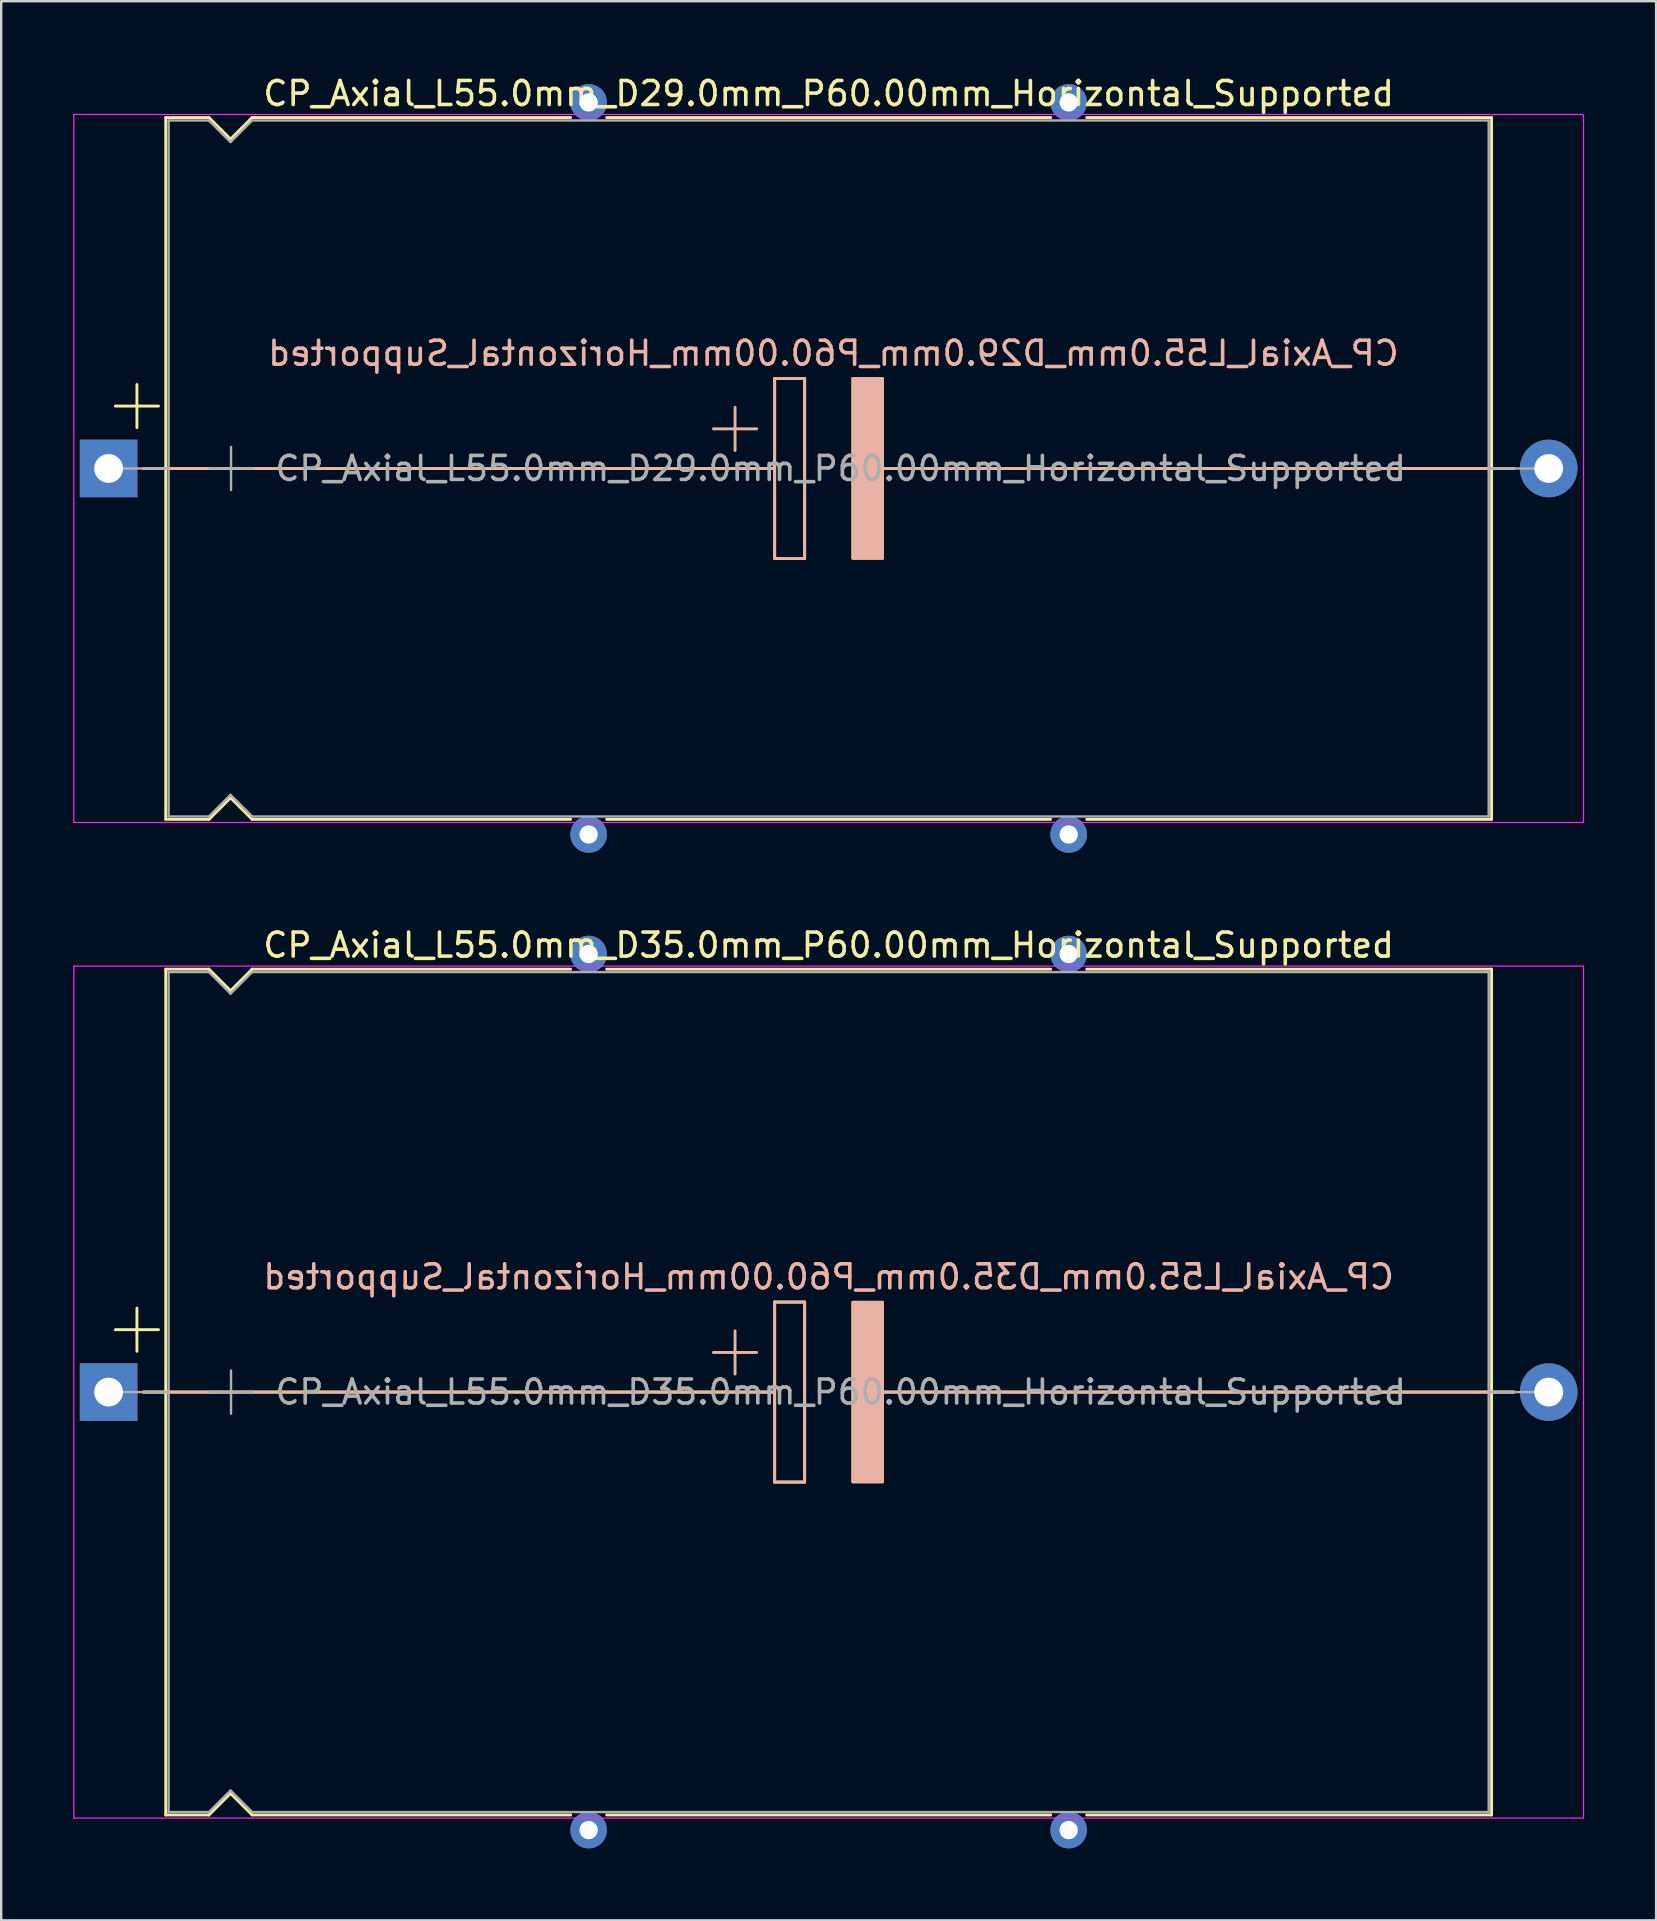
<source format=kicad_pcb>
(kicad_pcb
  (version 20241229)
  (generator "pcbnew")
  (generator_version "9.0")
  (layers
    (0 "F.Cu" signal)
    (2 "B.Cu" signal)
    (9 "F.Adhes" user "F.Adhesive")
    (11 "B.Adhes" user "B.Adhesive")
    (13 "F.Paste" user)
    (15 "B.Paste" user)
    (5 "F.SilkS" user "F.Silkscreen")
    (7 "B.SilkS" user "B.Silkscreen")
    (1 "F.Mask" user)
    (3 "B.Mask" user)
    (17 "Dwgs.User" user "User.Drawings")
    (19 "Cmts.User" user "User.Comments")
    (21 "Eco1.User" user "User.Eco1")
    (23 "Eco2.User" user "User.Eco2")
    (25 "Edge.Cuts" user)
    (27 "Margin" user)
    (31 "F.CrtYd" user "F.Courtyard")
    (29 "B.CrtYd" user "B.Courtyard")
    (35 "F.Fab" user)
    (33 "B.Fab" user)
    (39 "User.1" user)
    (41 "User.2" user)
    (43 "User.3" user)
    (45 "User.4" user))
  (footprint "CP_Axial_L55.0mm_D29.0mm_P60.00mm_Horizontal_Supported"
    (layer "F.Cu")
    (at 1.475 16.468)
    (property "Reference" "CP_Axial_L55.0mm_D29.0mm_P60.00mm_Horizontal_Supported" (at 30 -15.62 0) (layer "F.SilkS") (effects (font (size 1 1) (thickness 0.15))))
    (fp_line (start 0.28 -2.6) (end 2.08 -2.6) (stroke (width 0.12) (type solid)) (layer "F.SilkS"))
    (fp_line (start 1.18 -3.5) (end 1.18 -1.7) (stroke (width 0.12) (type solid)) (layer "F.SilkS"))
    (fp_line (start 1.44 0) (end 2.38 0) (stroke (width 0.12) (type solid)) (layer "F.SilkS"))
    (fp_line (start 2.38 -14.62) (end 2.38 14.62) (stroke (width 0.12) (type solid)) (layer "F.SilkS"))
    (fp_line (start 2.38 -14.62) (end 4.18 -14.62) (stroke (width 0.12) (type solid)) (layer "F.SilkS"))
    (fp_line (start 2.38 0) (end 27.75 0) (stroke (width 0.12) (type solid)) (layer "F.SilkS"))
    (fp_line (start 2.38 14.62) (end 4.18 14.62) (stroke (width 0.12) (type solid)) (layer "F.SilkS"))
    (fp_line (start 4.18 -14.62) (end 5.08 -13.72) (stroke (width 0.12) (type solid)) (layer "F.SilkS"))
    (fp_line (start 4.18 14.62) (end 5.08 13.72) (stroke (width 0.12) (type solid)) (layer "F.SilkS"))
    (fp_line (start 5.08 -13.72) (end 5.98 -14.62) (stroke (width 0.12) (type solid)) (layer "F.SilkS"))
    (fp_line (start 5.08 13.72) (end 5.98 14.62) (stroke (width 0.12) (type solid)) (layer "F.SilkS"))
    (fp_line (start 5.98 -14.62) (end 19.25 -14.62) (stroke (width 0.12) (type solid)) (layer "F.SilkS"))
    (fp_line (start 5.98 14.62) (end 19.25 14.62) (stroke (width 0.12) (type solid)) (layer "F.SilkS"))
    (fp_line (start 20.75 -14.62) (end 39.25 -14.62) (stroke (width 0.12) (type solid)) (layer "F.SilkS"))
    (fp_line (start 20.75 14.62) (end 39.25 14.62) (stroke (width 0.12) (type solid)) (layer "F.SilkS"))
    (fp_line (start 27.75 -3.75) (end 29 -3.75) (stroke (width 0.12) (type solid)) (layer "F.SilkS"))
    (fp_line (start 27.75 0) (end 27.75 -3.75) (stroke (width 0.12) (type solid)) (layer "F.SilkS"))
    (fp_line (start 27.75 3.75) (end 27.75 0) (stroke (width 0.12) (type solid)) (layer "F.SilkS"))
    (fp_line (start 29 -3.75) (end 29 3.75) (stroke (width 0.12) (type solid)) (layer "F.SilkS"))
    (fp_line (start 29 3.75) (end 27.75 3.75) (stroke (width 0.12) (type solid)) (layer "F.SilkS"))
    (fp_line (start 31.75 0) (end 57.62 0) (stroke (width 0.12) (type solid)) (layer "F.SilkS"))
    (fp_line (start 40.75 -14.62) (end 57.62 -14.62) (stroke (width 0.12) (type solid)) (layer "F.SilkS"))
    (fp_line (start 40.75 14.62) (end 57.62 14.62) (stroke (width 0.12) (type solid)) (layer "F.SilkS"))
    (fp_line (start 57.62 -14.62) (end 57.62 14.62) (stroke (width 0.12) (type solid)) (layer "F.SilkS"))
    (fp_line (start 58.56 0) (end 57.62 0) (stroke (width 0.12) (type solid)) (layer "F.SilkS"))
    (fp_poly (pts (xy 32.25 3.75) (xy 31 3.75) (xy 31 -3.75) (xy 32.25 -3.75)) (stroke (width 0.1) (type solid)) (fill yes) (layer "F.SilkS"))
    (fp_line (start 1.45 0) (end 20.88 0) (stroke (width 0.12) (type solid)) (layer "B.SilkS"))
    (fp_line (start 20.88 0) (end 27.75 0) (stroke (width 0.12) (type solid)) (layer "B.SilkS"))
    (fp_line (start 26.1 -2.55) (end 26.1 -0.75) (stroke (width 0.12) (type solid)) (layer "B.SilkS"))
    (fp_line (start 27 -1.65) (end 25.2 -1.65) (stroke (width 0.12) (type solid)) (layer "B.SilkS"))
    (fp_line (start 27.75 -3.75) (end 29 -3.75) (stroke (width 0.12) (type solid)) (layer "B.SilkS"))
    (fp_line (start 27.75 0) (end 27.75 -3.75) (stroke (width 0.12) (type solid)) (layer "B.SilkS"))
    (fp_line (start 27.75 3.75) (end 27.75 0) (stroke (width 0.12) (type solid)) (layer "B.SilkS"))
    (fp_line (start 29 -3.75) (end 29 3.75) (stroke (width 0.12) (type solid)) (layer "B.SilkS"))
    (fp_line (start 29 3.75) (end 27.75 3.75) (stroke (width 0.12) (type solid)) (layer "B.SilkS"))
    (fp_line (start 32.25 0) (end 39.12 0) (stroke (width 0.12) (type solid)) (layer "B.SilkS"))
    (fp_line (start 58.55 0) (end 39.12 0) (stroke (width 0.12) (type solid)) (layer "B.SilkS"))
    (fp_poly (pts (xy 32.25 3.75) (xy 31 3.75) (xy 31 -3.75) (xy 32.25 -3.75)) (stroke (width 0.1) (type solid)) (fill yes) (layer "B.SilkS"))
    (fp_line (start -1.45 -14.75) (end -1.45 14.75) (stroke (width 0.05) (type solid)) (layer "F.CrtYd"))
    (fp_line (start -1.45 14.75) (end 61.45 14.75) (stroke (width 0.05) (type solid)) (layer "F.CrtYd"))
    (fp_line (start 61.45 -14.75) (end -1.45 -14.75) (stroke (width 0.05) (type solid)) (layer "F.CrtYd"))
    (fp_line (start 61.45 14.75) (end 61.45 -14.75) (stroke (width 0.05) (type solid)) (layer "F.CrtYd"))
    (fp_line (start 0 0) (end 2.5 0) (stroke (width 0.1) (type solid)) (layer "F.Fab"))
    (fp_line (start 2.5 -14.5) (end 2.5 14.5) (stroke (width 0.1) (type solid)) (layer "F.Fab"))
    (fp_line (start 2.5 -14.5) (end 4.18 -14.5) (stroke (width 0.1) (type solid)) (layer "F.Fab"))
    (fp_line (start 2.5 14.5) (end 4.18 14.5) (stroke (width 0.1) (type solid)) (layer "F.Fab"))
    (fp_line (start 4.18 -14.5) (end 5.08 -13.6) (stroke (width 0.1) (type solid)) (layer "F.Fab"))
    (fp_line (start 4.18 14.5) (end 5.08 13.6) (stroke (width 0.1) (type solid)) (layer "F.Fab"))
    (fp_line (start 4.2 0) (end 6 0) (stroke (width 0.1) (type solid)) (layer "F.Fab"))
    (fp_line (start 5.08 -13.6) (end 5.98 -14.5) (stroke (width 0.1) (type solid)) (layer "F.Fab"))
    (fp_line (start 5.08 13.6) (end 5.98 14.5) (stroke (width 0.1) (type solid)) (layer "F.Fab"))
    (fp_line (start 5.1 -0.9) (end 5.1 0.9) (stroke (width 0.1) (type solid)) (layer "F.Fab"))
    (fp_line (start 5.98 -14.5) (end 57.5 -14.5) (stroke (width 0.1) (type solid)) (layer "F.Fab"))
    (fp_line (start 5.98 14.5) (end 57.5 14.5) (stroke (width 0.1) (type solid)) (layer "F.Fab"))
    (fp_line (start 57.5 -14.5) (end 57.5 14.5) (stroke (width 0.1) (type solid)) (layer "F.Fab"))
    (fp_line (start 60 0) (end 57.5 0) (stroke (width 0.1) (type solid)) (layer "F.Fab"))
    (fp_text user "${REFERENCE}" (at 30.2 -4.8 0) (layer "B.SilkS") (effects (font (size 1 1) (thickness 0.15)) (justify mirror)))
    (fp_text user "${REFERENCE}" (at 30.5 0 0) (layer "F.Fab") (effects (font (size 1 1) (thickness 0.15))))
    (pad "1" thru_hole rect (at 0 0) (size 2.4 2.4) (drill 1.2) (layers "*.Cu" "*.Mask"))
    (pad "2" thru_hole oval (at 60 0) (size 2.4 2.4) (drill 1.2) (layers "*.Cu" "*.Mask"))
    (pad "~" thru_hole circle (at 20 -15.25) (size 1.524 1.524) (drill 0.762) (layers "*.Cu" "*.Mask"))
    (pad "~" thru_hole circle (at 20 15.25) (size 1.524 1.524) (drill 0.762) (layers "*.Cu" "*.Mask"))
    (pad "~" thru_hole circle (at 40 -15.25) (size 1.524 1.524) (drill 0.762) (layers "*.Cu" "*.Mask"))
    (pad "~" thru_hole circle (at 40 15.25) (size 1.524 1.524) (drill 0.762) (layers "*.Cu" "*.Mask")))
  (footprint "CP_Axial_L55.0mm_D35.0mm_P60.00mm_Horizontal_Supported"
    (layer "F.Cu")
    (at 1.475 54.949)
    (property "Reference" "CP_Axial_L55.0mm_D35.0mm_P60.00mm_Horizontal_Supported" (at 30 -18.62 0) (layer "F.SilkS") (effects (font (size 1 1) (thickness 0.15))))
    (fp_line (start 0.28 -2.6) (end 2.08 -2.6) (stroke (width 0.12) (type solid)) (layer "F.SilkS"))
    (fp_line (start 1.18 -3.5) (end 1.18 -1.7) (stroke (width 0.12) (type solid)) (layer "F.SilkS"))
    (fp_line (start 1.44 0) (end 2.38 0) (stroke (width 0.12) (type solid)) (layer "F.SilkS"))
    (fp_line (start 2.38 -17.62) (end 2.38 17.62) (stroke (width 0.12) (type solid)) (layer "F.SilkS"))
    (fp_line (start 2.38 -17.62) (end 4.18 -17.62) (stroke (width 0.12) (type solid)) (layer "F.SilkS"))
    (fp_line (start 2.38 0) (end 27.75 0) (stroke (width 0.12) (type solid)) (layer "F.SilkS"))
    (fp_line (start 2.38 17.62) (end 4.18 17.62) (stroke (width 0.12) (type solid)) (layer "F.SilkS"))
    (fp_line (start 4.18 -17.62) (end 5.08 -16.72) (stroke (width 0.12) (type solid)) (layer "F.SilkS"))
    (fp_line (start 4.18 17.62) (end 5.08 16.72) (stroke (width 0.12) (type solid)) (layer "F.SilkS"))
    (fp_line (start 5.08 -16.72) (end 5.98 -17.62) (stroke (width 0.12) (type solid)) (layer "F.SilkS"))
    (fp_line (start 5.08 16.72) (end 5.98 17.62) (stroke (width 0.12) (type solid)) (layer "F.SilkS"))
    (fp_line (start 5.98 -17.62) (end 19.25 -17.62) (stroke (width 0.12) (type solid)) (layer "F.SilkS"))
    (fp_line (start 5.98 17.62) (end 19.25 17.62) (stroke (width 0.12) (type solid)) (layer "F.SilkS"))
    (fp_line (start 20.75 -17.62) (end 39.25 -17.62) (stroke (width 0.12) (type solid)) (layer "F.SilkS"))
    (fp_line (start 20.75 17.62) (end 39.25 17.62) (stroke (width 0.12) (type solid)) (layer "F.SilkS"))
    (fp_line (start 27.75 -3.75) (end 29 -3.75) (stroke (width 0.12) (type solid)) (layer "F.SilkS"))
    (fp_line (start 27.75 0) (end 27.75 -3.75) (stroke (width 0.12) (type solid)) (layer "F.SilkS"))
    (fp_line (start 27.75 3.75) (end 27.75 0) (stroke (width 0.12) (type solid)) (layer "F.SilkS"))
    (fp_line (start 29 -3.75) (end 29 3.75) (stroke (width 0.12) (type solid)) (layer "F.SilkS"))
    (fp_line (start 29 3.75) (end 27.75 3.75) (stroke (width 0.12) (type solid)) (layer "F.SilkS"))
    (fp_line (start 31.75 0) (end 57.62 0) (stroke (width 0.12) (type solid)) (layer "F.SilkS"))
    (fp_line (start 40.75 -17.62) (end 57.62 -17.62) (stroke (width 0.12) (type solid)) (layer "F.SilkS"))
    (fp_line (start 40.75 17.62) (end 57.62 17.62) (stroke (width 0.12) (type solid)) (layer "F.SilkS"))
    (fp_line (start 57.62 -17.62) (end 57.62 17.62) (stroke (width 0.12) (type solid)) (layer "F.SilkS"))
    (fp_line (start 58.56 0) (end 57.62 0) (stroke (width 0.12) (type solid)) (layer "F.SilkS"))
    (fp_poly (pts (xy 32.25 3.75) (xy 31 3.75) (xy 31 -3.75) (xy 32.25 -3.75)) (stroke (width 0.1) (type solid)) (fill yes) (layer "F.SilkS"))
    (fp_line (start 1.45 0) (end 20.88 0) (stroke (width 0.12) (type solid)) (layer "B.SilkS"))
    (fp_line (start 20.88 0) (end 27.75 0) (stroke (width 0.12) (type solid)) (layer "B.SilkS"))
    (fp_line (start 26.1 -2.55) (end 26.1 -0.75) (stroke (width 0.12) (type solid)) (layer "B.SilkS"))
    (fp_line (start 27 -1.65) (end 25.2 -1.65) (stroke (width 0.12) (type solid)) (layer "B.SilkS"))
    (fp_line (start 27.75 -3.75) (end 29 -3.75) (stroke (width 0.12) (type solid)) (layer "B.SilkS"))
    (fp_line (start 27.75 0) (end 27.75 -3.75) (stroke (width 0.12) (type solid)) (layer "B.SilkS"))
    (fp_line (start 27.75 3.75) (end 27.75 0) (stroke (width 0.12) (type solid)) (layer "B.SilkS"))
    (fp_line (start 29 -3.75) (end 29 3.75) (stroke (width 0.12) (type solid)) (layer "B.SilkS"))
    (fp_line (start 29 3.75) (end 27.75 3.75) (stroke (width 0.12) (type solid)) (layer "B.SilkS"))
    (fp_line (start 32.25 0) (end 39.12 0) (stroke (width 0.12) (type solid)) (layer "B.SilkS"))
    (fp_line (start 58.55 0) (end 39.12 0) (stroke (width 0.12) (type solid)) (layer "B.SilkS"))
    (fp_poly (pts (xy 32.25 3.75) (xy 31 3.75) (xy 31 -3.75) (xy 32.25 -3.75)) (stroke (width 0.1) (type solid)) (fill yes) (layer "B.SilkS"))
    (fp_line (start -1.45 -17.75) (end -1.45 17.75) (stroke (width 0.05) (type solid)) (layer "F.CrtYd"))
    (fp_line (start -1.45 17.75) (end 61.45 17.75) (stroke (width 0.05) (type solid)) (layer "F.CrtYd"))
    (fp_line (start 61.45 -17.75) (end -1.45 -17.75) (stroke (width 0.05) (type solid)) (layer "F.CrtYd"))
    (fp_line (start 61.45 17.75) (end 61.45 -17.75) (stroke (width 0.05) (type solid)) (layer "F.CrtYd"))
    (fp_line (start 0 0) (end 2.5 0) (stroke (width 0.1) (type solid)) (layer "F.Fab"))
    (fp_line (start 2.5 -17.5) (end 2.5 17.5) (stroke (width 0.1) (type solid)) (layer "F.Fab"))
    (fp_line (start 2.5 -17.5) (end 4.18 -17.5) (stroke (width 0.1) (type solid)) (layer "F.Fab"))
    (fp_line (start 2.5 17.5) (end 4.18 17.5) (stroke (width 0.1) (type solid)) (layer "F.Fab"))
    (fp_line (start 4.18 -17.5) (end 5.08 -16.6) (stroke (width 0.1) (type solid)) (layer "F.Fab"))
    (fp_line (start 4.18 17.5) (end 5.08 16.6) (stroke (width 0.1) (type solid)) (layer "F.Fab"))
    (fp_line (start 4.2 0) (end 6 0) (stroke (width 0.1) (type solid)) (layer "F.Fab"))
    (fp_line (start 5.08 -16.6) (end 5.98 -17.5) (stroke (width 0.1) (type solid)) (layer "F.Fab"))
    (fp_line (start 5.08 16.6) (end 5.98 17.5) (stroke (width 0.1) (type solid)) (layer "F.Fab"))
    (fp_line (start 5.1 -0.9) (end 5.1 0.9) (stroke (width 0.1) (type solid)) (layer "F.Fab"))
    (fp_line (start 5.98 -17.5) (end 57.5 -17.5) (stroke (width 0.1) (type solid)) (layer "F.Fab"))
    (fp_line (start 5.98 17.5) (end 57.5 17.5) (stroke (width 0.1) (type solid)) (layer "F.Fab"))
    (fp_line (start 57.5 -17.5) (end 57.5 17.5) (stroke (width 0.1) (type solid)) (layer "F.Fab"))
    (fp_line (start 60 0) (end 57.5 0) (stroke (width 0.1) (type solid)) (layer "F.Fab"))
    (fp_text user "${REFERENCE}" (at 30 -4.8 0) (layer "B.SilkS") (effects (font (size 1 1) (thickness 0.15)) (justify mirror)))
    (fp_text user "${REFERENCE}" (at 30.5 0 0) (layer "F.Fab") (effects (font (size 1 1) (thickness 0.15))))
    (pad "1" thru_hole rect (at 0 0) (size 2.4 2.4) (drill 1.2) (layers "*.Cu" "*.Mask"))
    (pad "2" thru_hole oval (at 60 0) (size 2.4 2.4) (drill 1.2) (layers "*.Cu" "*.Mask"))
    (pad "~" thru_hole circle (at 20 -18.25) (size 1.524 1.524) (drill 0.762) (layers "*.Cu" "*.Mask"))
    (pad "~" thru_hole circle (at 20 18.25) (size 1.524 1.524) (drill 0.762) (layers "*.Cu" "*.Mask"))
    (pad "~" thru_hole circle (at 40 -18.25) (size 1.524 1.524) (drill 0.762) (layers "*.Cu" "*.Mask"))
    (pad "~" thru_hole circle (at 40 18.25) (size 1.524 1.524) (drill 0.762) (layers "*.Cu" "*.Mask")))
  (gr_rect
    (start -3 -3)
    (end 65.95 76.96)
    (stroke (width 0.1) (type default))
    (fill no)
    (layer "Edge.Cuts")))
</source>
